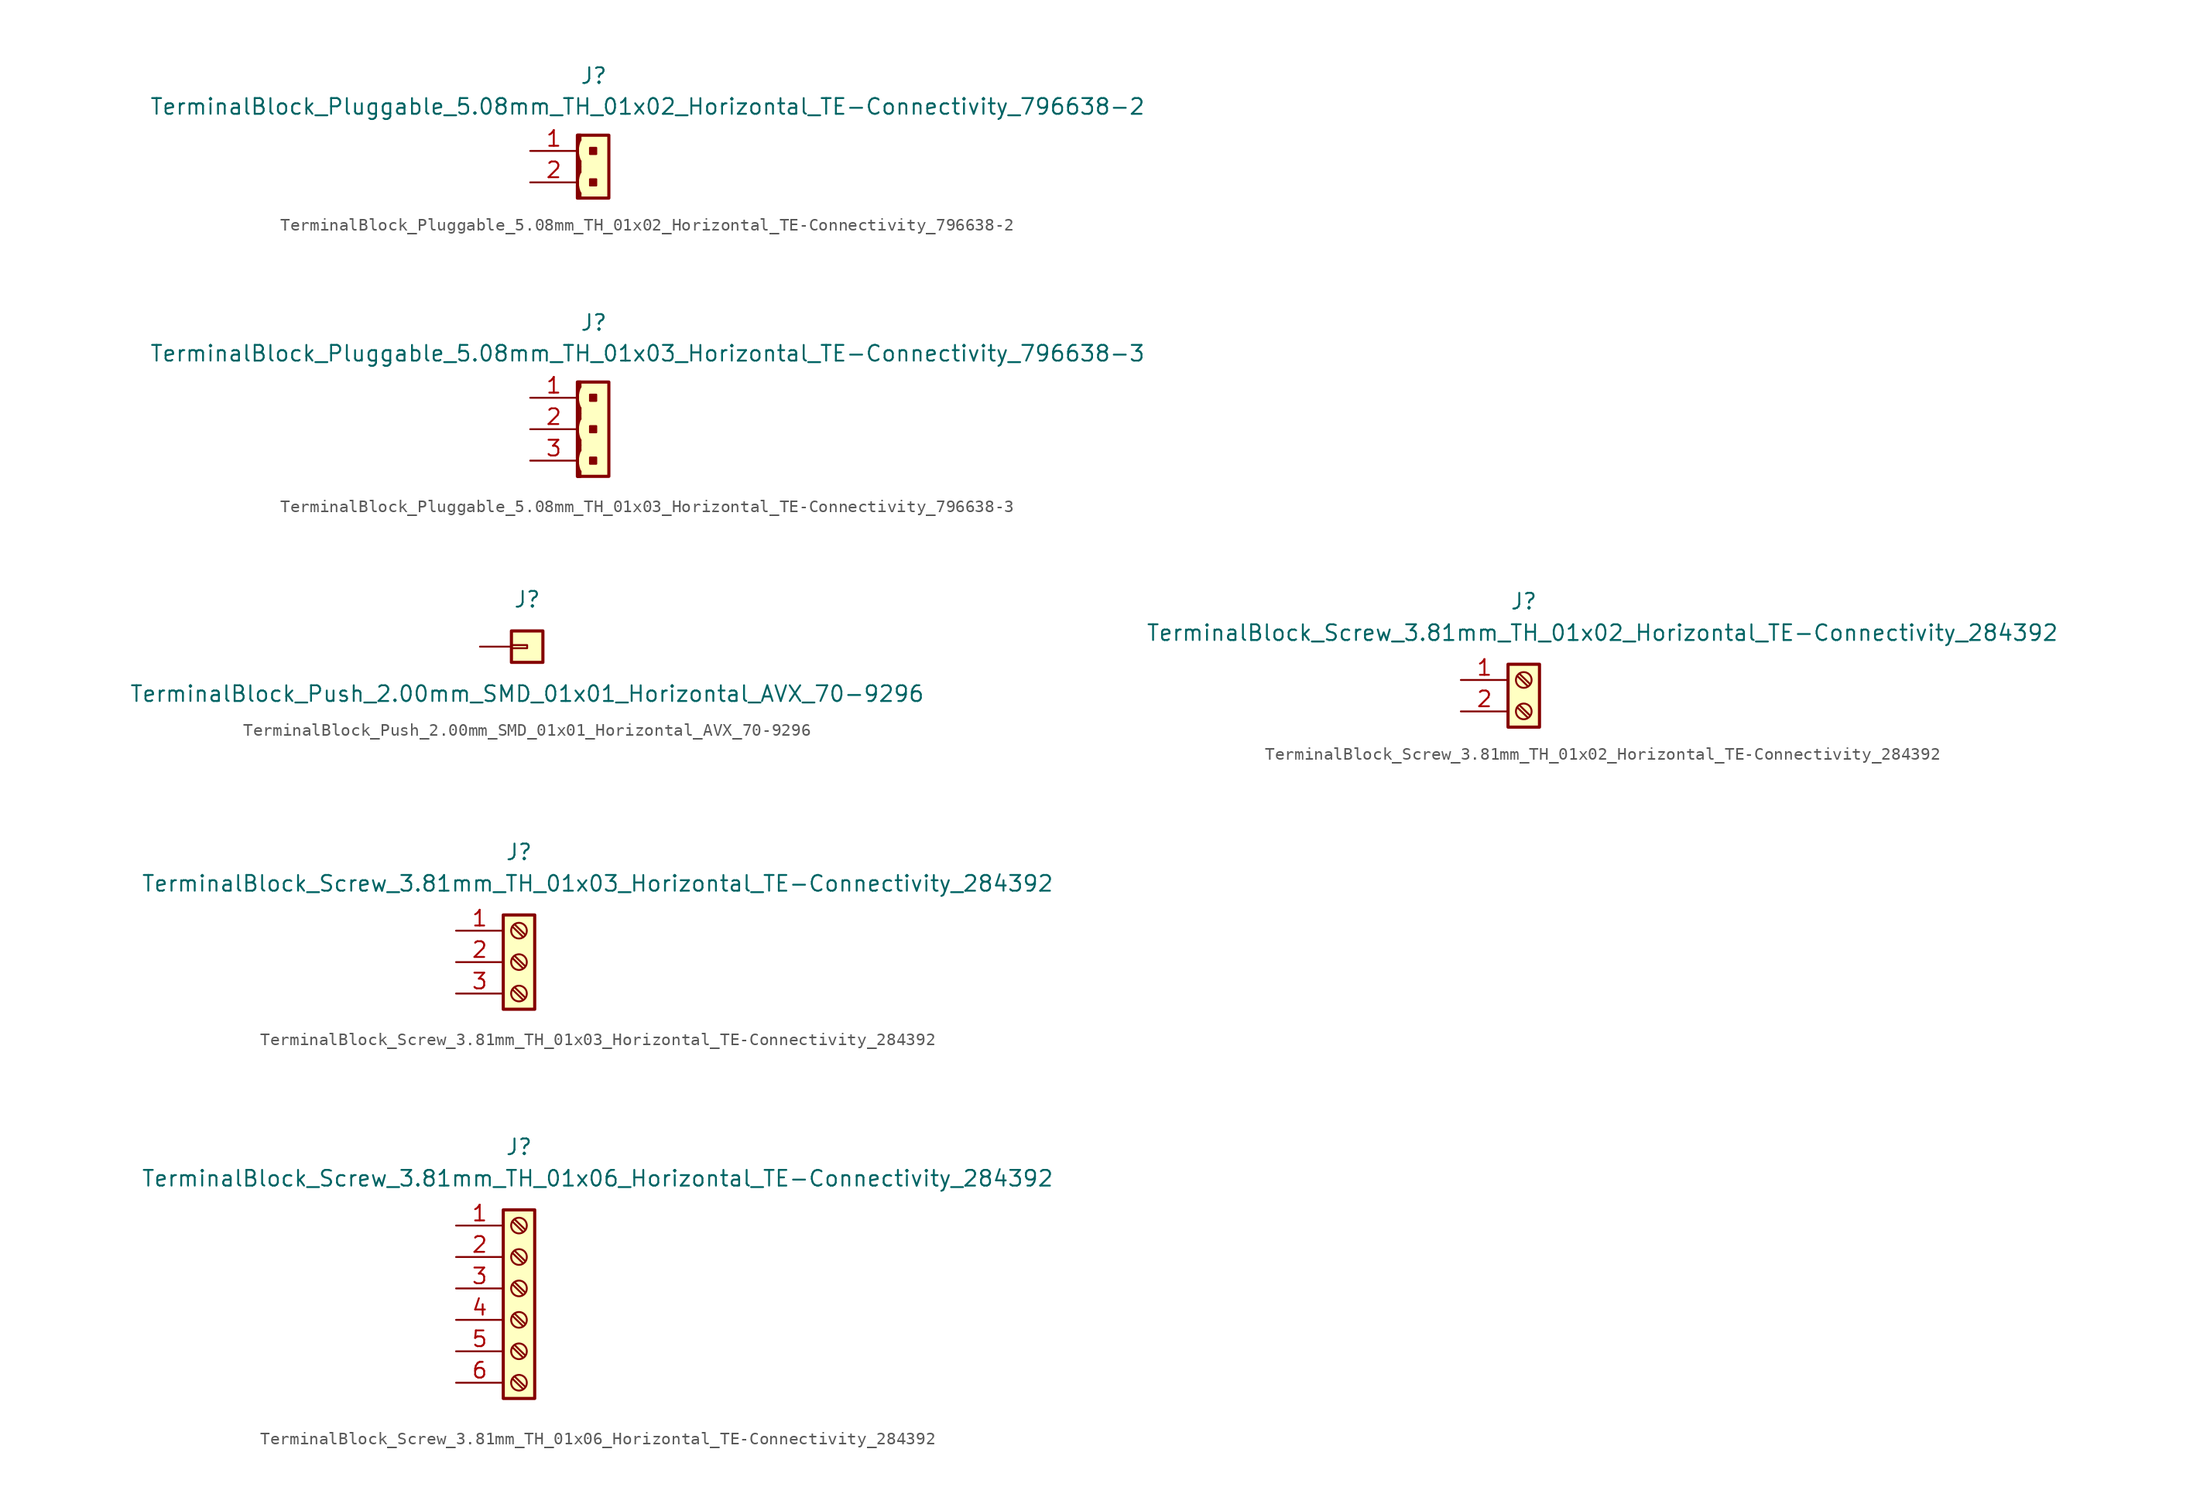
<source format=kicad_sym>
(kicad_symbol_lib
  (version 20211014)
  (generator kicad_symbol_editor)
  (symbol "TerminalBlock_Pluggable_5.08mm_TH_01x02_Horizontal_TE-Connectivity_796638-2"
    (pin_names
      (offset 1.27) hide)
    (property "Reference" "J"
      (at 0.051 8.611 0)
      (effects (font (size 1.27 1.27))))
    (property "Value" "TerminalBlock_Pluggable_5.08mm_TH_01x02_Horizontal_TE-Connectivity_796638-2"
      (at 4.394 6.121 0)
      (effects (font (size 1.27 1.27))))
    (symbol "TerminalBlock_Pluggable_5.08mm_TH_01x02_Horizontal_TE-Connectivity_796638-2_0_1"
      (rectangle (start -1.016 -1.321) (end -1.27 -0.864) (stroke (width 0) (type default) (color 0 0 0 0)) (fill (type outline)))
      (rectangle (start -1.016 0.813) (end -1.27 1.27) (stroke (width 0) (type default) (color 0 0 0 0)) (fill (type outline)))
      (arc (start -1.016 0.8636) (mid -1.2259 -0.0254) (end -1.016 -0.9144) (stroke (width 0) (type default) (color 0 0 0 0)) (fill (type none)))
      (rectangle (start -1.016 1.27) (end -1.27 1.727) (stroke (width 0) (type default) (color 0 0 0 0)) (fill (type outline)))
      (rectangle (start -1.016 3.404) (end -1.27 3.861) (stroke (width 0) (type default) (color 0 0 0 0)) (fill (type outline)))
      (arc (start -1.016 3.4544) (mid -1.2259 2.5654) (end -1.016 1.6764) (stroke (width 0) (type default) (color 0 0 0 0)) (fill (type none)))
      (rectangle (start -0.254 0.254) (end 0.254 -0.254) (stroke (width 0) (type default) (color 0 0 0 0)) (fill (type outline)))
      (rectangle (start -0.254 2.794) (end 0.254 2.286) (stroke (width 0) (type default) (color 0 0 0 0)) (fill (type outline)))
      (polyline (pts (xy -1.219 3.785) (xy -1.219 -1.321)) (stroke (width 0) (type default) (color 0 0 0 0)) (fill (type none))))
    (symbol "TerminalBlock_Pluggable_5.08mm_TH_01x02_Horizontal_TE-Connectivity_796638-2_1_1"
      (rectangle (start -1.27 3.81) (end 1.27 -1.27) (stroke (width 0.254) (type default) (color 0 0 0 0)) (fill (type background)))
      (pin passive line (at -5.08 2.54 0) (length 3.81) (name "Pin_1" (effects (font (size 1.27 1.27)))) (number "1" (effects (font (size 1.27 1.27)))))
      (pin passive line (at -5.08 0 0) (length 3.81) (name "Pin_2" (effects (font (size 1.27 1.27)))) (number "2" (effects (font (size 1.27 1.27)))))))
  (symbol "TerminalBlock_Pluggable_5.08mm_TH_01x03_Horizontal_TE-Connectivity_796638-3"
    (pin_names
      (offset 1.27) hide)
    (property "Reference" "J"
      (at 0.051 8.611 0)
      (effects (font (size 1.27 1.27))))
    (property "Value" "TerminalBlock_Pluggable_5.08mm_TH_01x03_Horizontal_TE-Connectivity_796638-3"
      (at 4.394 6.121 0)
      (effects (font (size 1.27 1.27))))
    (symbol "TerminalBlock_Pluggable_5.08mm_TH_01x03_Horizontal_TE-Connectivity_796638-3_0_1"
      (rectangle (start -1.016 -3.861) (end -1.27 -3.404) (stroke (width 0) (type default) (color 0 0 0 0)) (fill (type outline)))
      (rectangle (start -1.016 -1.727) (end -1.27 -1.27) (stroke (width 0) (type default) (color 0 0 0 0)) (fill (type outline)))
      (arc (start -1.016 -1.6764) (mid -1.2259 -2.5654) (end -1.016 -3.4544) (stroke (width 0) (type default) (color 0 0 0 0)) (fill (type none)))
      (rectangle (start -1.016 -1.321) (end -1.27 -0.864) (stroke (width 0) (type default) (color 0 0 0 0)) (fill (type outline)))
      (rectangle (start -1.016 0.813) (end -1.27 1.27) (stroke (width 0) (type default) (color 0 0 0 0)) (fill (type outline)))
      (arc (start -1.016 0.8636) (mid -1.2259 -0.0254) (end -1.016 -0.9144) (stroke (width 0) (type default) (color 0 0 0 0)) (fill (type none)))
      (rectangle (start -1.016 1.27) (end -1.27 1.727) (stroke (width 0) (type default) (color 0 0 0 0)) (fill (type outline)))
      (rectangle (start -1.016 3.404) (end -1.27 3.861) (stroke (width 0) (type default) (color 0 0 0 0)) (fill (type outline)))
      (arc (start -1.016 3.4544) (mid -1.2259 2.5654) (end -1.016 1.6764) (stroke (width 0) (type default) (color 0 0 0 0)) (fill (type none)))
      (rectangle (start -0.254 -2.286) (end 0.254 -2.794) (stroke (width 0) (type default) (color 0 0 0 0)) (fill (type outline)))
      (rectangle (start -0.254 0.254) (end 0.254 -0.254) (stroke (width 0) (type default) (color 0 0 0 0)) (fill (type outline)))
      (rectangle (start -0.254 2.794) (end 0.254 2.286) (stroke (width 0) (type default) (color 0 0 0 0)) (fill (type outline)))
      (polyline (pts (xy -1.219 3.759) (xy -1.219 -3.861)) (stroke (width 0) (type default) (color 0 0 0 0)) (fill (type none))))
    (symbol "TerminalBlock_Pluggable_5.08mm_TH_01x03_Horizontal_TE-Connectivity_796638-3_1_1"
      (rectangle (start -1.27 3.81) (end 1.27 -3.81) (stroke (width 0.254) (type default) (color 0 0 0 0)) (fill (type background)))
      (pin passive line (at -5.08 2.54 0) (length 3.81) (name "Pin_1" (effects (font (size 1.27 1.27)))) (number "1" (effects (font (size 1.27 1.27)))))
      (pin passive line (at -5.08 0 0) (length 3.81) (name "Pin_2" (effects (font (size 1.27 1.27)))) (number "2" (effects (font (size 1.27 1.27)))))
      (pin passive line (at -5.08 -2.54 0) (length 3.81) (name "Pin_3" (effects (font (size 1.27 1.27)))) (number "3" (effects (font (size 1.27 1.27)))))))
  (symbol "TerminalBlock_Push_2.00mm_SMD_01x01_Horizontal_AVX_70-9296"
    (pin_numbers hide)
    (pin_names
      (offset 1.27) hide)
    (property "Reference" "J"
      (at 0 3.81 0)
      (effects (font (size 1.27 1.27))))
    (property "Value" "TerminalBlock_Push_2.00mm_SMD_01x01_Horizontal_AVX_70-9296"
      (at 0 -3.81 0)
      (effects (font (size 1.27 1.27))))
    (symbol "TerminalBlock_Push_2.00mm_SMD_01x01_Horizontal_AVX_70-9296_1_1"
      (rectangle (start -1.27 0.127) (end 0 -0.127) (stroke (width 0.152) (type default) (color 0 0 0 0)) (fill (type none)))
      (rectangle (start -1.27 1.27) (end 1.27 -1.27) (stroke (width 0.254) (type default) (color 0 0 0 0)) (fill (type background)))
      (pin passive line (at -3.81 0 0) (length 2.54) (name "Pin_1" (effects (font (size 1.27 1.27)))) (number "1" (effects (font (size 1.27 1.27)))))))
  (symbol "TerminalBlock_Screw_3.81mm_TH_01x02_Horizontal_TE-Connectivity_284392"
    (pin_names
      (offset 1.27) hide)
    (property "Reference" "J"
      (at 0 7.62 0)
      (effects (font (size 1.27 1.27))))
    (property "Value" "TerminalBlock_Screw_3.81mm_TH_01x02_Horizontal_TE-Connectivity_284392"
      (at 6.35 5.08 0)
      (effects (font (size 1.27 1.27))))
    (symbol "TerminalBlock_Screw_3.81mm_TH_01x02_Horizontal_TE-Connectivity_284392_1_1"
      (rectangle (start -1.27 2.54) (end 1.27 -2.54) (stroke (width 0.254) (type default) (color 0 0 0 0)) (fill (type background)))
      (circle (center 0 -1.27) (radius 0.635) (stroke (width 0.152) (type default) (color 0 0 0 0)) (fill (type none)))
      (polyline (pts (xy -0.533 -0.94) (xy 0.33 -1.778)) (stroke (width 0.152) (type default) (color 0 0 0 0)) (fill (type none)))
      (polyline (pts (xy -0.533 1.6) (xy 0.33 0.762)) (stroke (width 0.152) (type default) (color 0 0 0 0)) (fill (type none)))
      (polyline (pts (xy -0.356 -0.762) (xy 0.508 -1.6)) (stroke (width 0.152) (type default) (color 0 0 0 0)) (fill (type none)))
      (polyline (pts (xy -0.356 1.778) (xy 0.508 0.94)) (stroke (width 0.152) (type default) (color 0 0 0 0)) (fill (type none)))
      (circle (center 0 1.27) (radius 0.635) (stroke (width 0.152) (type default) (color 0 0 0 0)) (fill (type none)))
      (pin passive line (at -5.08 1.27 0) (length 3.81) (name "Pin_1" (effects (font (size 1.27 1.27)))) (number "1" (effects (font (size 1.27 1.27)))))
      (pin passive line (at -5.08 -1.27 0) (length 3.81) (name "Pin_2" (effects (font (size 1.27 1.27)))) (number "2" (effects (font (size 1.27 1.27)))))))
  (symbol "TerminalBlock_Screw_3.81mm_TH_01x03_Horizontal_TE-Connectivity_284392"
    (pin_names
      (offset 1.27) hide)
    (property "Reference" "J"
      (at 0 8.89 0)
      (effects (font (size 1.27 1.27))))
    (property "Value" "TerminalBlock_Screw_3.81mm_TH_01x03_Horizontal_TE-Connectivity_284392"
      (at 6.35 6.35 0)
      (effects (font (size 1.27 1.27))))
    (symbol "TerminalBlock_Screw_3.81mm_TH_01x03_Horizontal_TE-Connectivity_284392_1_1"
      (rectangle (start -1.27 3.81) (end 1.27 -3.81) (stroke (width 0.254) (type default) (color 0 0 0 0)) (fill (type background)))
      (circle (center 0 -2.54) (radius 0.635) (stroke (width 0.152) (type default) (color 0 0 0 0)) (fill (type none)))
      (polyline (pts (xy -0.533 -2.21) (xy 0.33 -3.048)) (stroke (width 0.152) (type default) (color 0 0 0 0)) (fill (type none)))
      (polyline (pts (xy -0.533 0.33) (xy 0.33 -0.508)) (stroke (width 0.152) (type default) (color 0 0 0 0)) (fill (type none)))
      (polyline (pts (xy -0.533 2.87) (xy 0.33 2.032)) (stroke (width 0.152) (type default) (color 0 0 0 0)) (fill (type none)))
      (polyline (pts (xy -0.356 -2.032) (xy 0.508 -2.87)) (stroke (width 0.152) (type default) (color 0 0 0 0)) (fill (type none)))
      (polyline (pts (xy -0.356 0.508) (xy 0.508 -0.33)) (stroke (width 0.152) (type default) (color 0 0 0 0)) (fill (type none)))
      (polyline (pts (xy -0.356 3.048) (xy 0.508 2.21)) (stroke (width 0.152) (type default) (color 0 0 0 0)) (fill (type none)))
      (circle (center 0 0) (radius 0.635) (stroke (width 0.152) (type default) (color 0 0 0 0)) (fill (type none)))
      (circle (center 0 2.54) (radius 0.635) (stroke (width 0.152) (type default) (color 0 0 0 0)) (fill (type none)))
      (pin passive line (at -5.08 2.54 0) (length 3.81) (name "Pin_1" (effects (font (size 1.27 1.27)))) (number "1" (effects (font (size 1.27 1.27)))))
      (pin passive line (at -5.08 0 0) (length 3.81) (name "Pin_2" (effects (font (size 1.27 1.27)))) (number "2" (effects (font (size 1.27 1.27)))))
      (pin passive line (at -5.08 -2.54 0) (length 3.81) (name "Pin_3" (effects (font (size 1.27 1.27)))) (number "3" (effects (font (size 1.27 1.27)))))))
  (symbol "TerminalBlock_Screw_3.81mm_TH_01x06_Horizontal_TE-Connectivity_284392"
    (pin_names
      (offset 1.27) hide)
    (property "Reference" "J"
      (at 0 12.7 0)
      (effects (font (size 1.27 1.27))))
    (property "Value" "TerminalBlock_Screw_3.81mm_TH_01x06_Horizontal_TE-Connectivity_284392"
      (at 6.35 10.16 0)
      (effects (font (size 1.27 1.27))))
    (symbol "TerminalBlock_Screw_3.81mm_TH_01x06_Horizontal_TE-Connectivity_284392_0_0"
      (pin passive line (at -5.08 -1.27 0) (length 3.81) (name "Pin_4" (effects (font (size 1.27 1.27)))) (number "4" (effects (font (size 1.27 1.27)))))
      (pin passive line (at -5.08 -3.81 0) (length 3.81) (name "Pin_5" (effects (font (size 1.27 1.27)))) (number "5" (effects (font (size 1.27 1.27)))))
      (pin passive line (at -5.08 -6.35 0) (length 3.81) (name "Pin_6" (effects (font (size 1.27 1.27)))) (number "6" (effects (font (size 1.27 1.27))))))
    (symbol "TerminalBlock_Screw_3.81mm_TH_01x06_Horizontal_TE-Connectivity_284392_1_1"
      (rectangle (start -1.27 7.62) (end 1.27 -7.62) (stroke (width 0.254) (type default) (color 0 0 0 0)) (fill (type background)))
      (circle (center 0 -6.35) (radius 0.635) (stroke (width 0.152) (type default) (color 0 0 0 0)) (fill (type none)))
      (circle (center 0 -3.81) (radius 0.635) (stroke (width 0.152) (type default) (color 0 0 0 0)) (fill (type none)))
      (circle (center 0 -1.27) (radius 0.635) (stroke (width 0.152) (type default) (color 0 0 0 0)) (fill (type none)))
      (polyline (pts (xy -0.533 -6.02) (xy 0.33 -6.858)) (stroke (width 0.152) (type default) (color 0 0 0 0)) (fill (type none)))
      (polyline (pts (xy -0.533 -3.48) (xy 0.33 -4.318)) (stroke (width 0.152) (type default) (color 0 0 0 0)) (fill (type none)))
      (polyline (pts (xy -0.533 -0.94) (xy 0.33 -1.778)) (stroke (width 0.152) (type default) (color 0 0 0 0)) (fill (type none)))
      (polyline (pts (xy -0.533 1.6) (xy 0.33 0.762)) (stroke (width 0.152) (type default) (color 0 0 0 0)) (fill (type none)))
      (polyline (pts (xy -0.533 4.14) (xy 0.33 3.302)) (stroke (width 0.152) (type default) (color 0 0 0 0)) (fill (type none)))
      (polyline (pts (xy -0.533 6.68) (xy 0.33 5.842)) (stroke (width 0.152) (type default) (color 0 0 0 0)) (fill (type none)))
      (polyline (pts (xy -0.356 -5.842) (xy 0.508 -6.68)) (stroke (width 0.152) (type default) (color 0 0 0 0)) (fill (type none)))
      (polyline (pts (xy -0.356 -3.302) (xy 0.508 -4.14)) (stroke (width 0.152) (type default) (color 0 0 0 0)) (fill (type none)))
      (polyline (pts (xy -0.356 -0.762) (xy 0.508 -1.6)) (stroke (width 0.152) (type default) (color 0 0 0 0)) (fill (type none)))
      (polyline (pts (xy -0.356 1.778) (xy 0.508 0.94)) (stroke (width 0.152) (type default) (color 0 0 0 0)) (fill (type none)))
      (polyline (pts (xy -0.356 4.318) (xy 0.508 3.48)) (stroke (width 0.152) (type default) (color 0 0 0 0)) (fill (type none)))
      (polyline (pts (xy -0.356 6.858) (xy 0.508 6.02)) (stroke (width 0.152) (type default) (color 0 0 0 0)) (fill (type none)))
      (circle (center 0 1.27) (radius 0.635) (stroke (width 0.152) (type default) (color 0 0 0 0)) (fill (type none)))
      (circle (center 0 3.81) (radius 0.635) (stroke (width 0.152) (type default) (color 0 0 0 0)) (fill (type none)))
      (circle (center 0 6.35) (radius 0.635) (stroke (width 0.152) (type default) (color 0 0 0 0)) (fill (type none)))
      (pin passive line (at -5.08 6.35 0) (length 3.81) (name "Pin_1" (effects (font (size 1.27 1.27)))) (number "1" (effects (font (size 1.27 1.27)))))
      (pin passive line (at -5.08 3.81 0) (length 3.81) (name "Pin_2" (effects (font (size 1.27 1.27)))) (number "2" (effects (font (size 1.27 1.27)))))
      (pin passive line (at -5.08 1.27 0) (length 3.81) (name "Pin_3" (effects (font (size 1.27 1.27)))) (number "3" (effects (font (size 1.27 1.27))))))))
</source>
